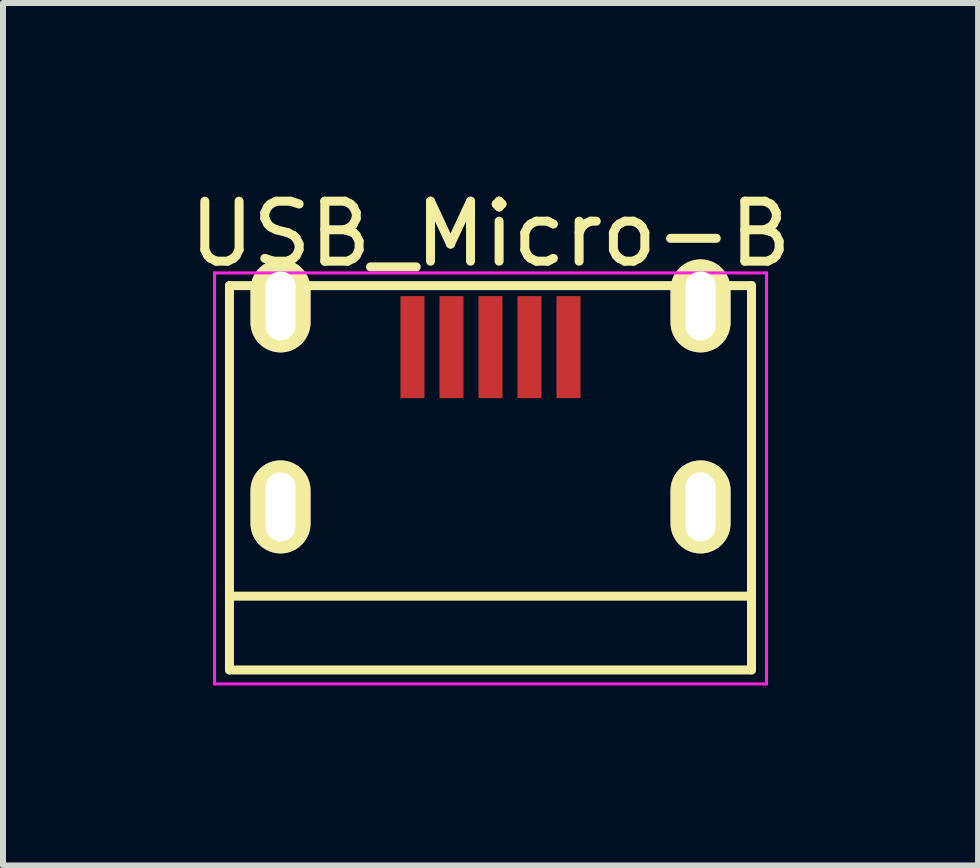
<source format=kicad_pcb>
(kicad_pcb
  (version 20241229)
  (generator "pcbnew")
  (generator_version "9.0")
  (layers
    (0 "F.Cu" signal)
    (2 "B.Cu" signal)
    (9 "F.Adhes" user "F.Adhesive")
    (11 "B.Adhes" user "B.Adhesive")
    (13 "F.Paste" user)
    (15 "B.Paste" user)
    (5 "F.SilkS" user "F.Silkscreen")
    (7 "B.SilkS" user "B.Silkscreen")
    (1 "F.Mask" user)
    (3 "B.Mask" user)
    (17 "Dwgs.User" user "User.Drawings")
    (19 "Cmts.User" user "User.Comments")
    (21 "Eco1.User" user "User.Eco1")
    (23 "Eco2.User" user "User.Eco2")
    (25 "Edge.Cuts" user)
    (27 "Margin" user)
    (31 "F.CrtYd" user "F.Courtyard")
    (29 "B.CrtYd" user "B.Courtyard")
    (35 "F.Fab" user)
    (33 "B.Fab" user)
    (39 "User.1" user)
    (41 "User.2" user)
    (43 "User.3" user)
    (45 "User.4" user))
  (footprint "USB_Micro-B"
    (layer "F.Cu")
    (at 5.125 4.298)
    (property "Reference" "USB_Micro-B" (at 0 -3.45 0) (layer "F.SilkS") (effects (font (size 1 1) (thickness 0.15))))
    (attr smd)
    (fp_line (start -4.351 -2.588) (end 4.349 -2.588) (stroke (width 0.15) (type solid)) (layer "F.SilkS"))
    (fp_line (start -4.351 3.817) (end -4.351 -2.588) (stroke (width 0.15) (type solid)) (layer "F.SilkS"))
    (fp_line (start -4.351 3.817) (end 4.349 3.817) (stroke (width 0.15) (type solid)) (layer "F.SilkS"))
    (fp_line (start 4.349 -2.588) (end 4.349 3.817) (stroke (width 0.15) (type solid)) (layer "F.SilkS"))
    (fp_line (start 4.349 2.587) (end -4.351 2.587) (stroke (width 0.15) (type solid)) (layer "F.SilkS"))
    (fp_line (start -4.6 -2.8) (end 4.6 -2.8) (stroke (width 0.05) (type solid)) (layer "F.CrtYd"))
    (fp_line (start -4.6 4.05) (end -4.6 -2.8) (stroke (width 0.05) (type solid)) (layer "F.CrtYd"))
    (fp_line (start 4.6 -2.8) (end 4.6 4.05) (stroke (width 0.05) (type solid)) (layer "F.CrtYd"))
    (fp_line (start 4.6 4.05) (end -4.6 4.05) (stroke (width 0.05) (type solid)) (layer "F.CrtYd"))
    (pad "1" smd rect (at -1.301 -1.563 90) (size 1.7 0.4) (layers "F.Cu" "F.Mask" "F.Paste"))
    (pad "2" smd rect (at -0.651 -1.563 90) (size 1.7 0.4) (layers "F.Cu" "F.Mask" "F.Paste"))
    (pad "3" smd rect (at -0.001 -1.563 90) (size 1.7 0.4) (layers "F.Cu" "F.Mask" "F.Paste"))
    (pad "4" smd rect (at 0.649 -1.563 90) (size 1.7 0.4) (layers "F.Cu" "F.Mask" "F.Paste"))
    (pad "5" smd rect (at 1.299 -1.563 90) (size 1.7 0.4) (layers "F.Cu" "F.Mask" "F.Paste"))
    (pad "6" thru_hole oval (at -3.5 -2.25 90) (size 1.55 1) (drill oval 1.15 0.5) (layers "*.Cu" "*.Mask" "F.SilkS"))
    (pad "6" thru_hole oval (at -3.5 1.1 90) (size 1.55 1) (drill oval 1.15 0.5) (layers "*.Cu" "*.Mask" "F.SilkS"))
    (pad "6" thru_hole oval (at 3.5 -2.25 90) (size 1.55 1) (drill oval 1.15 0.5) (layers "*.Cu" "*.Mask" "F.SilkS"))
    (pad "6" thru_hole oval (at 3.5 1.1 90) (size 1.55 1) (drill oval 1.15 0.5) (layers "*.Cu" "*.Mask" "F.SilkS")))
  (gr_rect
    (start -3 -3)
    (end 13.25 11.373)
    (stroke (width 0.1) (type default))
    (fill no)
    (layer "Edge.Cuts")))
</source>
